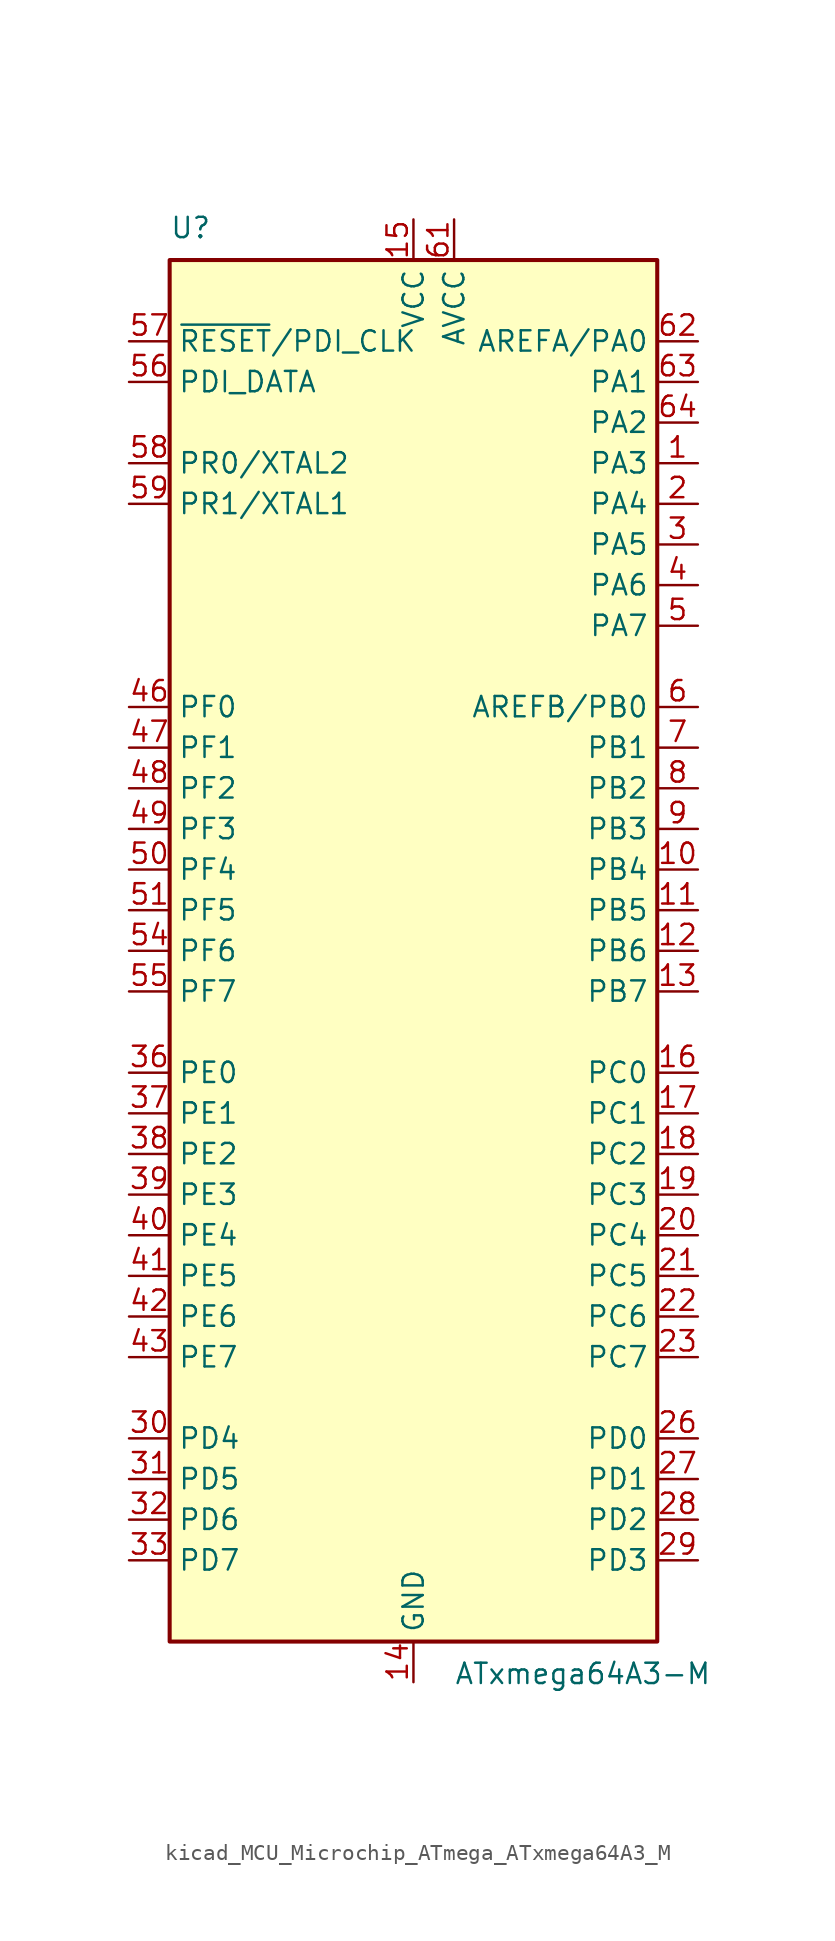
<source format=kicad_sym>
(kicad_symbol_lib
  (version 20220914)
  (generator kicad_symbol_editor)
  (symbol "kicad_MCU_Microchip_ATmega_ATxmega64A3_M"
    (property "Reference" "U"
      (at -15.24 44.45 0)
      (effects (font (size 1.27 1.27)) (justify left bottom)))
    (property "Value" "ATxmega64A3-M"
      (at 2.54 -44.45 0)
      (effects (font (size 1.27 1.27)) (justify left top)))
    (symbol "kicad_MCU_Microchip_ATmega_ATxmega64A3_M_0_1"
      (rectangle (start -15.24 -43.18) (end 15.24 43.18) (stroke (width 0.254) (type default)) (fill (type background))))
    (symbol "kicad_MCU_Microchip_ATmega_ATxmega64A3_M_1_1"
      (pin bidirectional line (at 17.78 30.48 180) (length 2.54) (name "PA3" (effects (font (size 1.27 1.27)))) (number "1" (effects (font (size 1.27 1.27)))))
      (pin bidirectional line (at 17.78 5.08 180) (length 2.54) (name "PB4" (effects (font (size 1.27 1.27)))) (number "10" (effects (font (size 1.27 1.27)))))
      (pin bidirectional line (at 17.78 2.54 180) (length 2.54) (name "PB5" (effects (font (size 1.27 1.27)))) (number "11" (effects (font (size 1.27 1.27)))))
      (pin bidirectional line (at 17.78 0 180) (length 2.54) (name "PB6" (effects (font (size 1.27 1.27)))) (number "12" (effects (font (size 1.27 1.27)))))
      (pin bidirectional line (at 17.78 -2.54 180) (length 2.54) (name "PB7" (effects (font (size 1.27 1.27)))) (number "13" (effects (font (size 1.27 1.27)))))
      (pin power_in line (at 0 -45.72 90) (length 2.54) (name "GND" (effects (font (size 1.27 1.27)))) (number "14" (effects (font (size 1.27 1.27)))))
      (pin power_in line (at 0 45.72 270) (length 2.54) (name "VCC" (effects (font (size 1.27 1.27)))) (number "15" (effects (font (size 1.27 1.27)))))
      (pin bidirectional line (at 17.78 -7.62 180) (length 2.54) (name "PC0" (effects (font (size 1.27 1.27)))) (number "16" (effects (font (size 1.27 1.27)))))
      (pin bidirectional line (at 17.78 -10.16 180) (length 2.54) (name "PC1" (effects (font (size 1.27 1.27)))) (number "17" (effects (font (size 1.27 1.27)))))
      (pin bidirectional line (at 17.78 -12.7 180) (length 2.54) (name "PC2" (effects (font (size 1.27 1.27)))) (number "18" (effects (font (size 1.27 1.27)))))
      (pin bidirectional line (at 17.78 -15.24 180) (length 2.54) (name "PC3" (effects (font (size 1.27 1.27)))) (number "19" (effects (font (size 1.27 1.27)))))
      (pin bidirectional line (at 17.78 27.94 180) (length 2.54) (name "PA4" (effects (font (size 1.27 1.27)))) (number "2" (effects (font (size 1.27 1.27)))))
      (pin bidirectional line (at 17.78 -17.78 180) (length 2.54) (name "PC4" (effects (font (size 1.27 1.27)))) (number "20" (effects (font (size 1.27 1.27)))))
      (pin bidirectional line (at 17.78 -20.32 180) (length 2.54) (name "PC5" (effects (font (size 1.27 1.27)))) (number "21" (effects (font (size 1.27 1.27)))))
      (pin bidirectional line (at 17.78 -22.86 180) (length 2.54) (name "PC6" (effects (font (size 1.27 1.27)))) (number "22" (effects (font (size 1.27 1.27)))))
      (pin bidirectional line (at 17.78 -25.4 180) (length 2.54) (name "PC7" (effects (font (size 1.27 1.27)))) (number "23" (effects (font (size 1.27 1.27)))))
      (pin passive line (at 0 -45.72 90) (length 2.54) hide (name "GND" (effects (font (size 1.27 1.27)))) (number "24" (effects (font (size 1.27 1.27)))))
      (pin passive line (at 0 45.72 270) (length 2.54) hide (name "VCC" (effects (font (size 1.27 1.27)))) (number "25" (effects (font (size 1.27 1.27)))))
      (pin bidirectional line (at 17.78 -30.48 180) (length 2.54) (name "PD0" (effects (font (size 1.27 1.27)))) (number "26" (effects (font (size 1.27 1.27)))))
      (pin bidirectional line (at 17.78 -33.02 180) (length 2.54) (name "PD1" (effects (font (size 1.27 1.27)))) (number "27" (effects (font (size 1.27 1.27)))))
      (pin bidirectional line (at 17.78 -35.56 180) (length 2.54) (name "PD2" (effects (font (size 1.27 1.27)))) (number "28" (effects (font (size 1.27 1.27)))))
      (pin bidirectional line (at 17.78 -38.1 180) (length 2.54) (name "PD3" (effects (font (size 1.27 1.27)))) (number "29" (effects (font (size 1.27 1.27)))))
      (pin bidirectional line (at 17.78 25.4 180) (length 2.54) (name "PA5" (effects (font (size 1.27 1.27)))) (number "3" (effects (font (size 1.27 1.27)))))
      (pin bidirectional line (at -17.78 -30.48 0) (length 2.54) (name "PD4" (effects (font (size 1.27 1.27)))) (number "30" (effects (font (size 1.27 1.27)))))
      (pin bidirectional line (at -17.78 -33.02 0) (length 2.54) (name "PD5" (effects (font (size 1.27 1.27)))) (number "31" (effects (font (size 1.27 1.27)))))
      (pin bidirectional line (at -17.78 -35.56 0) (length 2.54) (name "PD6" (effects (font (size 1.27 1.27)))) (number "32" (effects (font (size 1.27 1.27)))))
      (pin bidirectional line (at -17.78 -38.1 0) (length 2.54) (name "PD7" (effects (font (size 1.27 1.27)))) (number "33" (effects (font (size 1.27 1.27)))))
      (pin passive line (at 0 -45.72 90) (length 2.54) hide (name "GND" (effects (font (size 1.27 1.27)))) (number "34" (effects (font (size 1.27 1.27)))))
      (pin passive line (at 0 45.72 270) (length 2.54) hide (name "VCC" (effects (font (size 1.27 1.27)))) (number "35" (effects (font (size 1.27 1.27)))))
      (pin bidirectional line (at -17.78 -7.62 0) (length 2.54) (name "PE0" (effects (font (size 1.27 1.27)))) (number "36" (effects (font (size 1.27 1.27)))))
      (pin bidirectional line (at -17.78 -10.16 0) (length 2.54) (name "PE1" (effects (font (size 1.27 1.27)))) (number "37" (effects (font (size 1.27 1.27)))))
      (pin bidirectional line (at -17.78 -12.7 0) (length 2.54) (name "PE2" (effects (font (size 1.27 1.27)))) (number "38" (effects (font (size 1.27 1.27)))))
      (pin bidirectional line (at -17.78 -15.24 0) (length 2.54) (name "PE3" (effects (font (size 1.27 1.27)))) (number "39" (effects (font (size 1.27 1.27)))))
      (pin bidirectional line (at 17.78 22.86 180) (length 2.54) (name "PA6" (effects (font (size 1.27 1.27)))) (number "4" (effects (font (size 1.27 1.27)))))
      (pin bidirectional line (at -17.78 -17.78 0) (length 2.54) (name "PE4" (effects (font (size 1.27 1.27)))) (number "40" (effects (font (size 1.27 1.27)))))
      (pin bidirectional line (at -17.78 -20.32 0) (length 2.54) (name "PE5" (effects (font (size 1.27 1.27)))) (number "41" (effects (font (size 1.27 1.27)))))
      (pin bidirectional line (at -17.78 -22.86 0) (length 2.54) (name "PE6" (effects (font (size 1.27 1.27)))) (number "42" (effects (font (size 1.27 1.27)))))
      (pin bidirectional line (at -17.78 -25.4 0) (length 2.54) (name "PE7" (effects (font (size 1.27 1.27)))) (number "43" (effects (font (size 1.27 1.27)))))
      (pin passive line (at 0 -45.72 90) (length 2.54) hide (name "GND" (effects (font (size 1.27 1.27)))) (number "44" (effects (font (size 1.27 1.27)))))
      (pin passive line (at 0 45.72 270) (length 2.54) hide (name "VCC" (effects (font (size 1.27 1.27)))) (number "45" (effects (font (size 1.27 1.27)))))
      (pin bidirectional line (at -17.78 15.24 0) (length 2.54) (name "PF0" (effects (font (size 1.27 1.27)))) (number "46" (effects (font (size 1.27 1.27)))))
      (pin bidirectional line (at -17.78 12.7 0) (length 2.54) (name "PF1" (effects (font (size 1.27 1.27)))) (number "47" (effects (font (size 1.27 1.27)))))
      (pin bidirectional line (at -17.78 10.16 0) (length 2.54) (name "PF2" (effects (font (size 1.27 1.27)))) (number "48" (effects (font (size 1.27 1.27)))))
      (pin bidirectional line (at -17.78 7.62 0) (length 2.54) (name "PF3" (effects (font (size 1.27 1.27)))) (number "49" (effects (font (size 1.27 1.27)))))
      (pin bidirectional line (at 17.78 20.32 180) (length 2.54) (name "PA7" (effects (font (size 1.27 1.27)))) (number "5" (effects (font (size 1.27 1.27)))))
      (pin bidirectional line (at -17.78 5.08 0) (length 2.54) (name "PF4" (effects (font (size 1.27 1.27)))) (number "50" (effects (font (size 1.27 1.27)))))
      (pin bidirectional line (at -17.78 2.54 0) (length 2.54) (name "PF5" (effects (font (size 1.27 1.27)))) (number "51" (effects (font (size 1.27 1.27)))))
      (pin passive line (at 0 -45.72 90) (length 2.54) hide (name "GND" (effects (font (size 1.27 1.27)))) (number "52" (effects (font (size 1.27 1.27)))))
      (pin passive line (at 0 45.72 270) (length 2.54) hide (name "VCC" (effects (font (size 1.27 1.27)))) (number "53" (effects (font (size 1.27 1.27)))))
      (pin bidirectional line (at -17.78 0 0) (length 2.54) (name "PF6" (effects (font (size 1.27 1.27)))) (number "54" (effects (font (size 1.27 1.27)))))
      (pin bidirectional line (at -17.78 -2.54 0) (length 2.54) (name "PF7" (effects (font (size 1.27 1.27)))) (number "55" (effects (font (size 1.27 1.27)))))
      (pin bidirectional line (at -17.78 35.56 0) (length 2.54) (name "PDI_DATA" (effects (font (size 1.27 1.27)))) (number "56" (effects (font (size 1.27 1.27)))))
      (pin input line (at -17.78 38.1 0) (length 2.54) (name "~{RESET}/PDI_CLK" (effects (font (size 1.27 1.27)))) (number "57" (effects (font (size 1.27 1.27)))))
      (pin bidirectional line (at -17.78 30.48 0) (length 2.54) (name "PR0/XTAL2" (effects (font (size 1.27 1.27)))) (number "58" (effects (font (size 1.27 1.27)))))
      (pin bidirectional line (at -17.78 27.94 0) (length 2.54) (name "PR1/XTAL1" (effects (font (size 1.27 1.27)))) (number "59" (effects (font (size 1.27 1.27)))))
      (pin bidirectional line (at 17.78 15.24 180) (length 2.54) (name "AREFB/PB0" (effects (font (size 1.27 1.27)))) (number "6" (effects (font (size 1.27 1.27)))))
      (pin passive line (at 0 -45.72 90) (length 2.54) hide (name "GND" (effects (font (size 1.27 1.27)))) (number "60" (effects (font (size 1.27 1.27)))))
      (pin power_in line (at 2.54 45.72 270) (length 2.54) (name "AVCC" (effects (font (size 1.27 1.27)))) (number "61" (effects (font (size 1.27 1.27)))))
      (pin bidirectional line (at 17.78 38.1 180) (length 2.54) (name "AREFA/PA0" (effects (font (size 1.27 1.27)))) (number "62" (effects (font (size 1.27 1.27)))))
      (pin bidirectional line (at 17.78 35.56 180) (length 2.54) (name "PA1" (effects (font (size 1.27 1.27)))) (number "63" (effects (font (size 1.27 1.27)))))
      (pin bidirectional line (at 17.78 33.02 180) (length 2.54) (name "PA2" (effects (font (size 1.27 1.27)))) (number "64" (effects (font (size 1.27 1.27)))))
      (pin passive line (at 0 -45.72 90) (length 2.54) hide (name "GND" (effects (font (size 1.27 1.27)))) (number "65" (effects (font (size 1.27 1.27)))))
      (pin bidirectional line (at 17.78 12.7 180) (length 2.54) (name "PB1" (effects (font (size 1.27 1.27)))) (number "7" (effects (font (size 1.27 1.27)))))
      (pin bidirectional line (at 17.78 10.16 180) (length 2.54) (name "PB2" (effects (font (size 1.27 1.27)))) (number "8" (effects (font (size 1.27 1.27)))))
      (pin bidirectional line (at 17.78 7.62 180) (length 2.54) (name "PB3" (effects (font (size 1.27 1.27)))) (number "9" (effects (font (size 1.27 1.27))))))))
</source>
